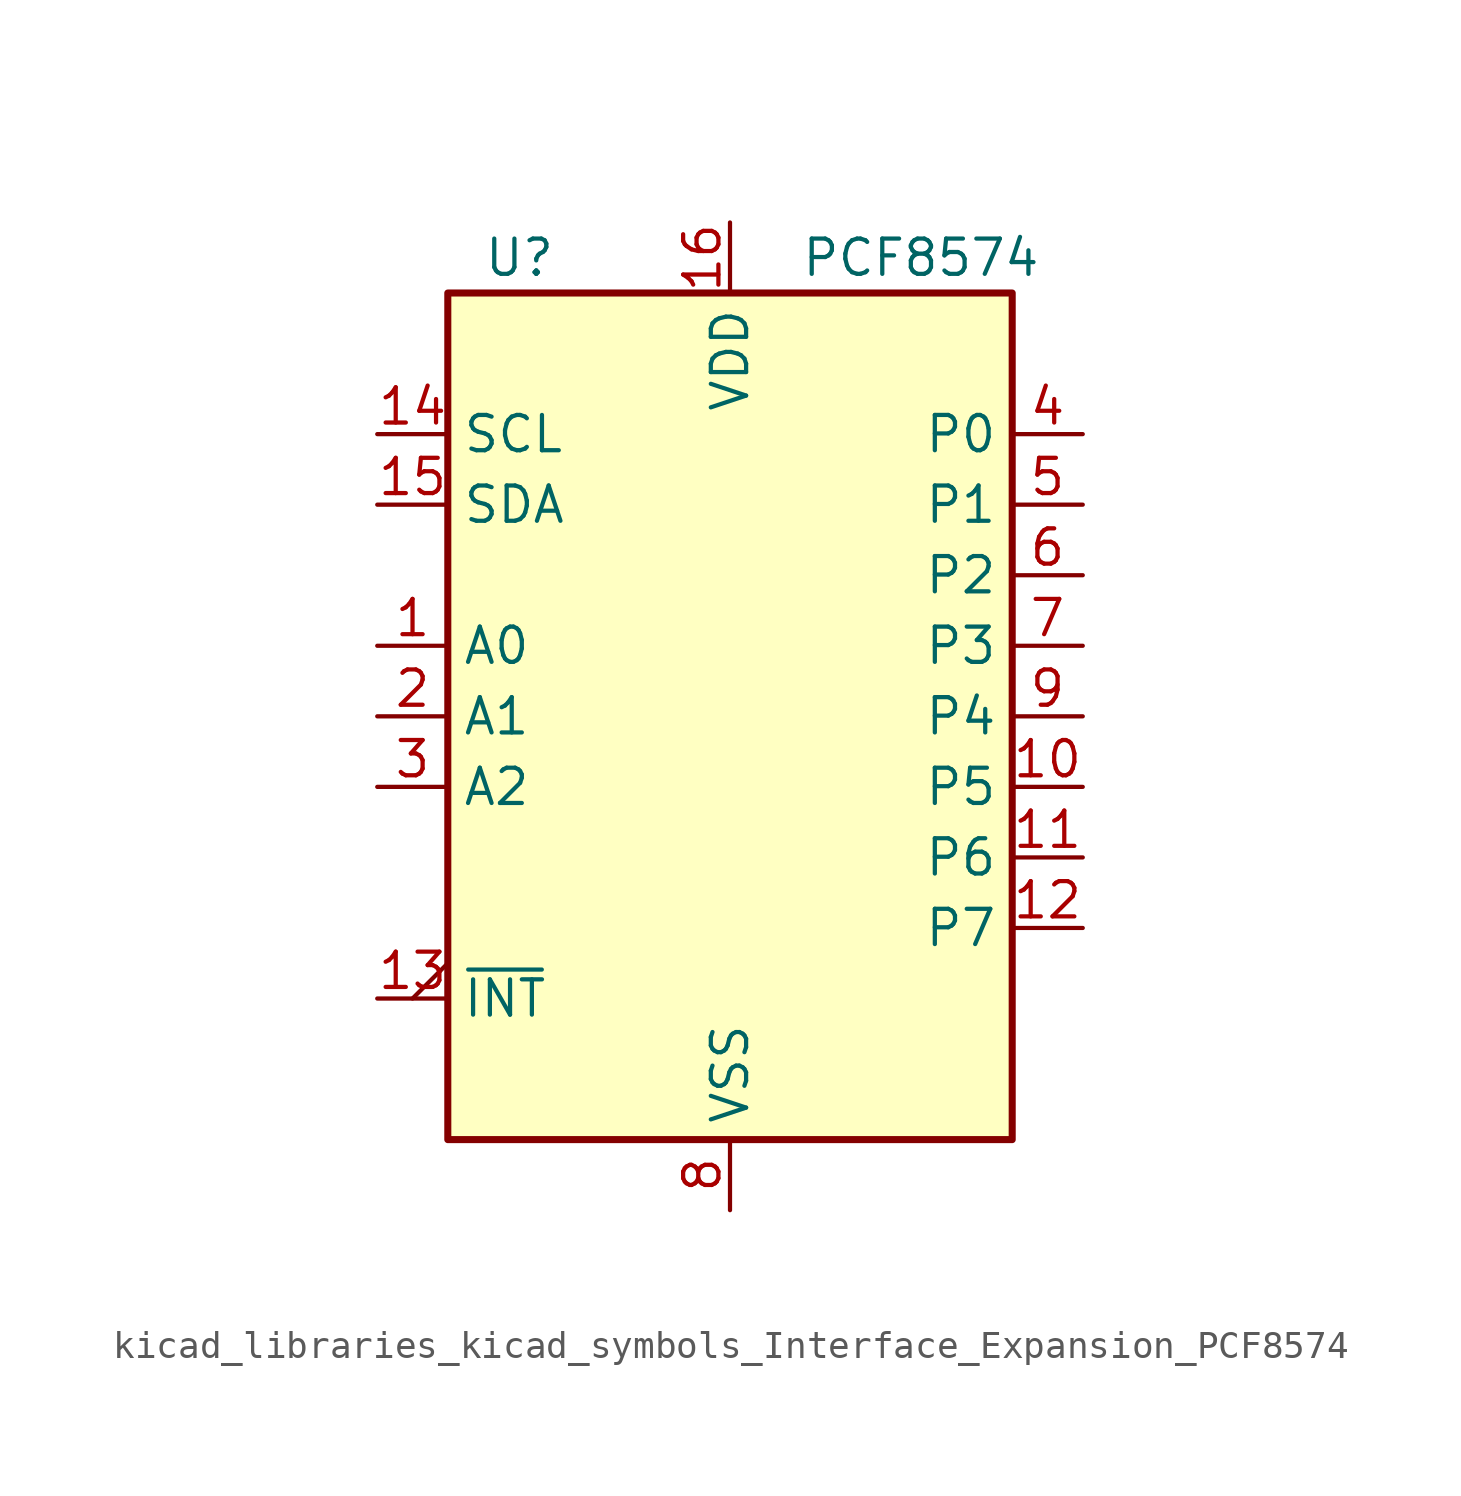
<source format=kicad_sym>
(kicad_symbol_lib
  (version 20220914)
  (generator kicad_symbol_editor)
  (symbol "kicad_libraries_kicad_symbols_Interface_Expansion_PCF8574"
    (property "Reference" "U"
      (at -8.89 16.51 0)
      (effects (font (size 1.27 1.27)) (justify left)))
    (property "Value" "PCF8574"
      (at 2.54 16.51 0)
      (effects (font (size 1.27 1.27)) (justify left)))
    (symbol "kicad_libraries_kicad_symbols_Interface_Expansion_PCF8574_0_1"
      (rectangle (start -10.16 15.24) (end 10.16 -15.24) (stroke (width 0.254) (type default)) (fill (type background))))
    (symbol "kicad_libraries_kicad_symbols_Interface_Expansion_PCF8574_1_1"
      (pin input line (at -12.7 2.54 0) (length 2.54) (name "A0" (effects (font (size 1.27 1.27)))) (number "1" (effects (font (size 1.27 1.27)))))
      (pin bidirectional line (at 12.7 -2.54 180) (length 2.54) (name "P5" (effects (font (size 1.27 1.27)))) (number "10" (effects (font (size 1.27 1.27)))))
      (pin bidirectional line (at 12.7 -5.08 180) (length 2.54) (name "P6" (effects (font (size 1.27 1.27)))) (number "11" (effects (font (size 1.27 1.27)))))
      (pin bidirectional line (at 12.7 -7.62 180) (length 2.54) (name "P7" (effects (font (size 1.27 1.27)))) (number "12" (effects (font (size 1.27 1.27)))))
      (pin open_collector output_low (at -12.7 -10.16 0) (length 2.54) (name "~{INT}" (effects (font (size 1.27 1.27)))) (number "13" (effects (font (size 1.27 1.27)))))
      (pin input line (at -12.7 10.16 0) (length 2.54) (name "SCL" (effects (font (size 1.27 1.27)))) (number "14" (effects (font (size 1.27 1.27)))))
      (pin bidirectional line (at -12.7 7.62 0) (length 2.54) (name "SDA" (effects (font (size 1.27 1.27)))) (number "15" (effects (font (size 1.27 1.27)))))
      (pin power_in line (at 0 17.78 270) (length 2.54) (name "VDD" (effects (font (size 1.27 1.27)))) (number "16" (effects (font (size 1.27 1.27)))))
      (pin input line (at -12.7 0 0) (length 2.54) (name "A1" (effects (font (size 1.27 1.27)))) (number "2" (effects (font (size 1.27 1.27)))))
      (pin input line (at -12.7 -2.54 0) (length 2.54) (name "A2" (effects (font (size 1.27 1.27)))) (number "3" (effects (font (size 1.27 1.27)))))
      (pin bidirectional line (at 12.7 10.16 180) (length 2.54) (name "P0" (effects (font (size 1.27 1.27)))) (number "4" (effects (font (size 1.27 1.27)))))
      (pin bidirectional line (at 12.7 7.62 180) (length 2.54) (name "P1" (effects (font (size 1.27 1.27)))) (number "5" (effects (font (size 1.27 1.27)))))
      (pin bidirectional line (at 12.7 5.08 180) (length 2.54) (name "P2" (effects (font (size 1.27 1.27)))) (number "6" (effects (font (size 1.27 1.27)))))
      (pin bidirectional line (at 12.7 2.54 180) (length 2.54) (name "P3" (effects (font (size 1.27 1.27)))) (number "7" (effects (font (size 1.27 1.27)))))
      (pin power_in line (at 0 -17.78 90) (length 2.54) (name "VSS" (effects (font (size 1.27 1.27)))) (number "8" (effects (font (size 1.27 1.27)))))
      (pin bidirectional line (at 12.7 0 180) (length 2.54) (name "P4" (effects (font (size 1.27 1.27)))) (number "9" (effects (font (size 1.27 1.27))))))))
</source>
